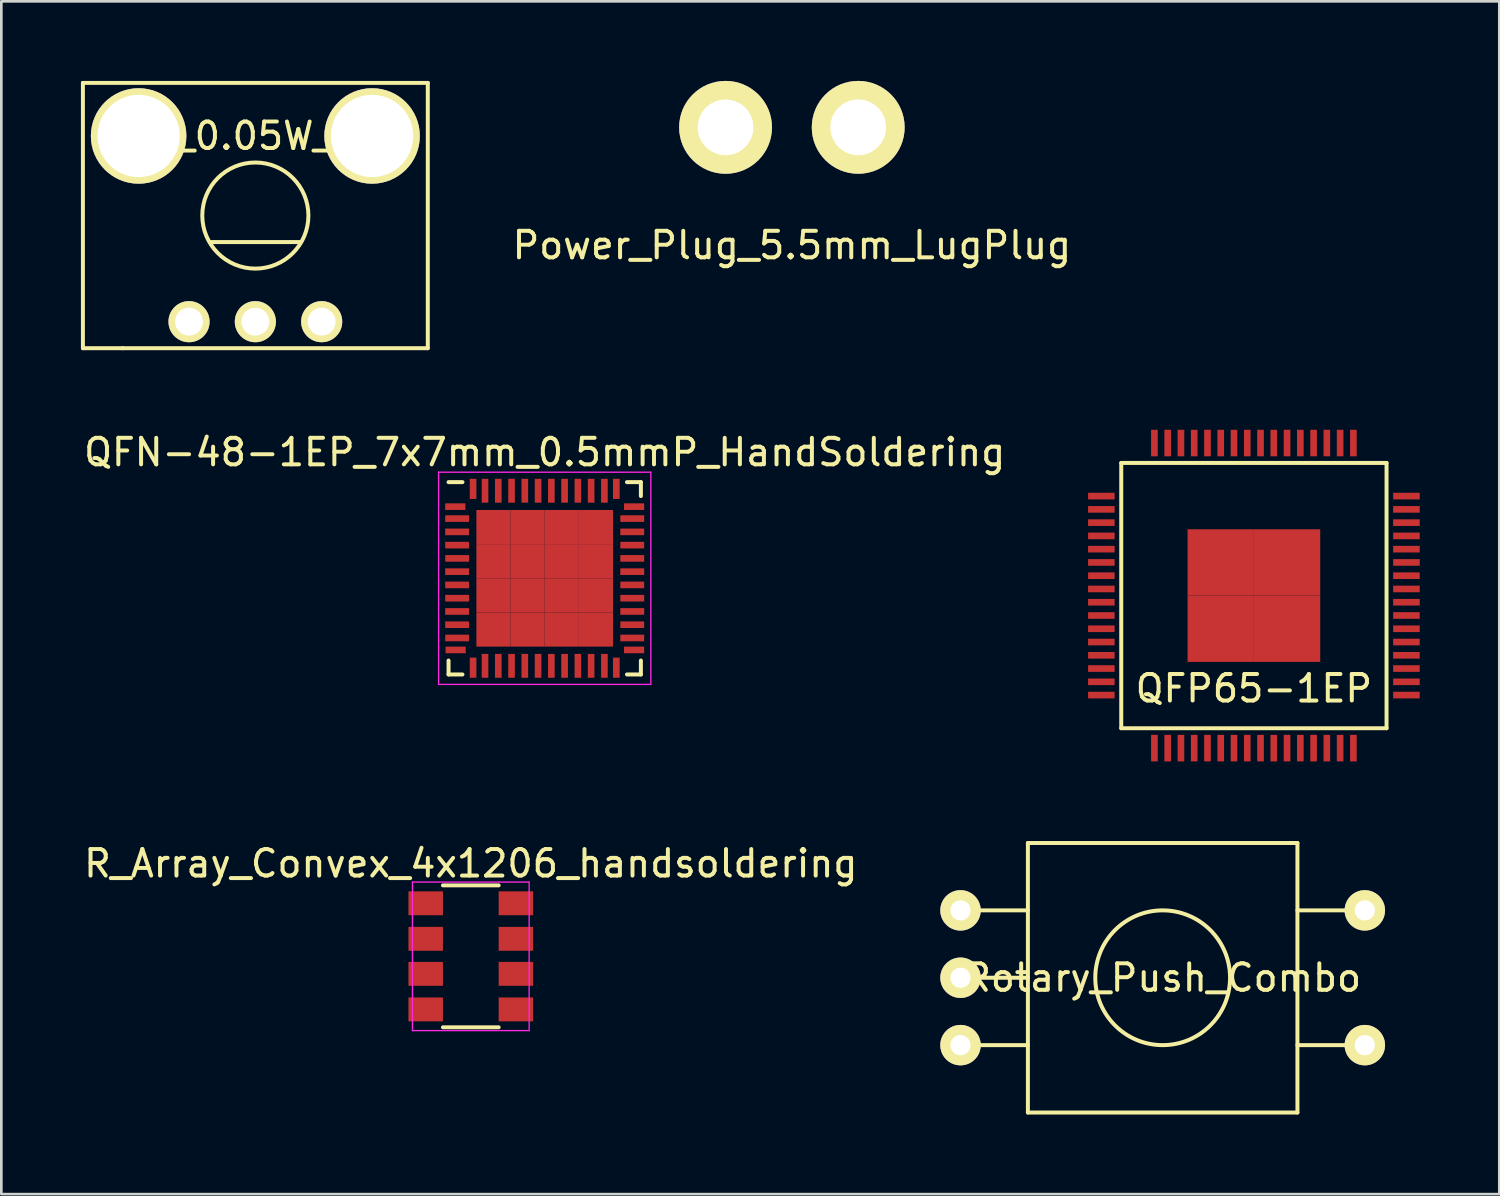
<source format=kicad_pcb>
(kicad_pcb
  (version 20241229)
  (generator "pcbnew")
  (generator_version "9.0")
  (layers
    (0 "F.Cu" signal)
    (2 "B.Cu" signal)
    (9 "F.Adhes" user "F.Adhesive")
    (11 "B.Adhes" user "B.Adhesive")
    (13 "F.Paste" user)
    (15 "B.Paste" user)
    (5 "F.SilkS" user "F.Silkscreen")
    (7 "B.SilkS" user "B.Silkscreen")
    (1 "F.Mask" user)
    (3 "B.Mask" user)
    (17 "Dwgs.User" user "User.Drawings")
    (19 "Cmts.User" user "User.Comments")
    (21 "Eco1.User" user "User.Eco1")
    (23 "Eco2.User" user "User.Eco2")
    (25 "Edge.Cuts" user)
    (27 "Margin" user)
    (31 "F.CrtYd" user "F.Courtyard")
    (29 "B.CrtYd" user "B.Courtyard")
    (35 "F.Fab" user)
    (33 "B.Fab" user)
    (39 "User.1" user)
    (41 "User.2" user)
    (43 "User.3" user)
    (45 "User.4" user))
  (footprint "Power_Plug_5.5mm_LugPlug"
    (layer "F.Cu")
    (at 26.799 1.75)
    (property "Reference" "Power_Plug_5.5mm_LugPlug" (at 0 4.445 0) (layer "F.SilkS") (effects (font (size 1 1) (thickness 0.15))))
    (attr through_hole)
    (pad "1" thru_hole circle (at 2.5 0) (size 3.5 3.5) (drill 2.1) (layers "*.Cu" "*.Mask" "F.SilkS"))
    (pad "2" thru_hole circle (at -2.5 0) (size 3.5 3.5) (drill 2.1) (layers "*.Cu" "*.Mask" "F.SilkS")))
  (footprint "Rotary_Push_Combo"
    (layer "F.Cu")
    (at 40.775 33.805)
    (property "Reference" "Rotary_Push_Combo" (at 0 0 0) (layer "F.SilkS") (effects (font (size 1 1) (thickness 0.15))))
    (attr through_hole)
    (fp_line (start -7.62 -2.54) (end -5.08 -2.54) (stroke (width 0.15) (type solid)) (layer "F.SilkS"))
    (fp_line (start -7.62 0) (end -5.08 0) (stroke (width 0.15) (type solid)) (layer "F.SilkS"))
    (fp_line (start -7.62 2.54) (end -5.08 2.54) (stroke (width 0.15) (type solid)) (layer "F.SilkS"))
    (fp_line (start -5.08 -5.08) (end -5.08 5.08) (stroke (width 0.15) (type solid)) (layer "F.SilkS"))
    (fp_line (start -5.08 5.08) (end 5.08 5.08) (stroke (width 0.15) (type solid)) (layer "F.SilkS"))
    (fp_line (start 5.08 -5.08) (end -5.08 -5.08) (stroke (width 0.15) (type solid)) (layer "F.SilkS"))
    (fp_line (start 5.08 5.08) (end 5.08 -5.08) (stroke (width 0.15) (type solid)) (layer "F.SilkS"))
    (fp_line (start 7.62 -2.54) (end 5.08 -2.54) (stroke (width 0.15) (type solid)) (layer "F.SilkS"))
    (fp_line (start 7.62 2.54) (end 5.08 2.54) (stroke (width 0.15) (type solid)) (layer "F.SilkS"))
    (fp_circle (center 0 0) (end 0 -2.54) (stroke (width 0.15) (type solid)) (fill no) (layer "F.SilkS"))
    (pad "1" thru_hole circle (at -7.62 -2.54) (size 1.524 1.524) (drill 0.762) (layers "*.Cu" "*.Mask" "F.SilkS"))
    (pad "2" thru_hole circle (at -7.62 0) (size 1.524 1.524) (drill 0.762) (layers "*.Cu" "*.Mask" "F.SilkS"))
    (pad "3" thru_hole circle (at -7.62 2.54) (size 1.524 1.524) (drill 0.762) (layers "*.Cu" "*.Mask" "F.SilkS"))
    (pad "4" thru_hole circle (at 7.62 -2.54) (size 1.524 1.524) (drill 0.762) (layers "*.Cu" "*.Mask" "F.SilkS"))
    (pad "5" thru_hole circle (at 7.62 2.54) (size 1.524 1.524) (drill 0.762) (layers "*.Cu" "*.Mask" "F.SilkS")))
  (footprint "Pot_0.05W_Top"
    (layer "F.Cu")
    (at 6.575 5.075)
    (property "Reference" "Pot_0.05W_Top" (at 0 -3 0) (layer "F.SilkS") (effects (font (size 1 1) (thickness 0.15))))
    (attr through_hole)
    (fp_line (start -6.5 -5) (end 6.5 -5) (stroke (width 0.15) (type solid)) (layer "F.SilkS"))
    (fp_line (start -6.5 5) (end -6.5 -5) (stroke (width 0.15) (type solid)) (layer "F.SilkS"))
    (fp_line (start -5 5) (end -6.5 5) (stroke (width 0.15) (type solid)) (layer "F.SilkS"))
    (fp_line (start -1.7 1) (end 1.7 1) (stroke (width 0.15) (type solid)) (layer "F.SilkS"))
    (fp_line (start 6.5 -5) (end 6.5 5) (stroke (width 0.15) (type solid)) (layer "F.SilkS"))
    (fp_line (start 6.5 5) (end -5 5) (stroke (width 0.15) (type solid)) (layer "F.SilkS"))
    (fp_circle (center 0 0) (end 0 -2) (stroke (width 0.15) (type solid)) (fill no) (layer "F.SilkS"))
    (pad "1" thru_hole circle (at -2.5 4) (size 1.55 1.55) (drill 1.05) (layers "*.Cu" "*.Mask" "F.SilkS"))
    (pad "2" thru_hole circle (at 0 4) (size 1.55 1.55) (drill 1.05) (layers "*.Cu" "*.Mask" "F.SilkS"))
    (pad "3" thru_hole circle (at 2.5 4) (size 1.55 1.55) (drill 1.05) (layers "*.Cu" "*.Mask" "F.SilkS"))
    (pad "4" thru_hole circle (at -4.4 -3) (size 3.6 3.6) (drill 3.1) (layers "*.Cu" "*.Mask" "F.SilkS"))
    (pad "4" thru_hole circle (at 4.4 -3) (size 3.6 3.6) (drill 3.1) (layers "*.Cu" "*.Mask" "F.SilkS")))
  (footprint "R_Array_Convex_4x1206_handsoldering"
    (layer "F.Cu")
    (at 14.696 32.998)
    (property "Reference" "R_Array_Convex_4x1206_handsoldering" (at 0 -3.5 0) (layer "F.SilkS") (effects (font (size 1 1) (thickness 0.15))))
    (attr smd)
    (fp_line (start 1.05 -2.675) (end -1.05 -2.675) (stroke (width 0.15) (type solid)) (layer "F.SilkS"))
    (fp_line (start 1.05 2.675) (end -1.05 2.675) (stroke (width 0.15) (type solid)) (layer "F.SilkS"))
    (fp_line (start -2.2 -2.8) (end -2.2 2.8) (stroke (width 0.05) (type solid)) (layer "F.CrtYd"))
    (fp_line (start -2.2 -2.8) (end 2.2 -2.8) (stroke (width 0.05) (type solid)) (layer "F.CrtYd"))
    (fp_line (start -2.2 2.8) (end 2.2 2.8) (stroke (width 0.05) (type solid)) (layer "F.CrtYd"))
    (fp_line (start 2.2 -2.8) (end 2.2 2.8) (stroke (width 0.05) (type solid)) (layer "F.CrtYd"))
    (pad "1" smd rect (at -1.7 -2) (size 1.3 0.9) (layers "F.Cu" "F.Mask" "F.Paste"))
    (pad "2" smd rect (at -1.7 -0.66) (size 1.3 0.9) (layers "F.Cu" "F.Mask" "F.Paste"))
    (pad "3" smd rect (at -1.7 0.66) (size 1.3 0.9) (layers "F.Cu" "F.Mask" "F.Paste"))
    (pad "4" smd rect (at -1.7 2) (size 1.3 0.9) (layers "F.Cu" "F.Mask" "F.Paste"))
    (pad "5" smd rect (at 1.7 2) (size 1.3 0.9) (layers "F.Cu" "F.Mask" "F.Paste"))
    (pad "6" smd rect (at 1.7 0.66) (size 1.3 0.9) (layers "F.Cu" "F.Mask" "F.Paste"))
    (pad "7" smd rect (at 1.7 -0.66) (size 1.3 0.9) (layers "F.Cu" "F.Mask" "F.Paste"))
    (pad "8" smd rect (at 1.7 -2) (size 1.3 0.9) (layers "F.Cu" "F.Mask" "F.Paste")))
  (footprint "QFP65-1EP"
    (layer "F.Cu")
    (at 44.214 19.4)
    (property "Reference" "QFP65-1EP" (at 0 3.5 0) (layer "F.SilkS") (effects (font (size 1 1) (thickness 0.15))))
    (attr through_hole)
    (fp_line (start -5 -5) (end 5 -5) (stroke (width 0.15) (type solid)) (layer "F.SilkS"))
    (fp_line (start -5 5) (end -5 -5) (stroke (width 0.15) (type solid)) (layer "F.SilkS"))
    (fp_line (start 5 -5) (end 5 5) (stroke (width 0.15) (type solid)) (layer "F.SilkS"))
    (fp_line (start 5 5) (end -5 5) (stroke (width 0.15) (type solid)) (layer "F.SilkS"))
    (pad "1" smd rect (at -5.75 -3.75) (size 1 0.25) (layers "F.Cu" "F.Mask" "F.Paste"))
    (pad "2" smd rect (at -5.75 -3.25) (size 1 0.25) (layers "F.Cu" "F.Mask" "F.Paste"))
    (pad "3" smd rect (at -5.75 -2.75) (size 1 0.25) (layers "F.Cu" "F.Mask" "F.Paste"))
    (pad "4" smd rect (at -5.75 -2.25) (size 1 0.25) (layers "F.Cu" "F.Mask" "F.Paste"))
    (pad "5" smd rect (at -5.75 -1.75) (size 1 0.25) (layers "F.Cu" "F.Mask" "F.Paste"))
    (pad "6" smd rect (at -5.75 -1.25) (size 1 0.25) (layers "F.Cu" "F.Mask" "F.Paste"))
    (pad "7" smd rect (at -5.75 -0.75) (size 1 0.25) (layers "F.Cu" "F.Mask" "F.Paste"))
    (pad "8" smd rect (at -5.75 -0.25) (size 1 0.25) (layers "F.Cu" "F.Mask" "F.Paste"))
    (pad "9" smd rect (at -5.75 0.25) (size 1 0.25) (layers "F.Cu" "F.Mask" "F.Paste"))
    (pad "10" smd rect (at -5.75 0.75) (size 1 0.25) (layers "F.Cu" "F.Mask" "F.Paste"))
    (pad "11" smd rect (at -5.75 1.25) (size 1 0.25) (layers "F.Cu" "F.Mask" "F.Paste"))
    (pad "12" smd rect (at -5.75 1.75) (size 1 0.25) (layers "F.Cu" "F.Mask" "F.Paste"))
    (pad "13" smd rect (at -5.75 2.25) (size 1 0.25) (layers "F.Cu" "F.Mask" "F.Paste"))
    (pad "14" smd rect (at -5.75 2.75) (size 1 0.25) (layers "F.Cu" "F.Mask" "F.Paste"))
    (pad "15" smd rect (at -5.75 3.25) (size 1 0.25) (layers "F.Cu" "F.Mask" "F.Paste"))
    (pad "16" smd rect (at -5.75 3.75) (size 1 0.25) (layers "F.Cu" "F.Mask" "F.Paste"))
    (pad "17" smd rect (at -3.75 5.75) (size 0.25 1) (layers "F.Cu" "F.Mask" "F.Paste"))
    (pad "18" smd rect (at -3.25 5.75) (size 0.25 1) (layers "F.Cu" "F.Mask" "F.Paste"))
    (pad "19" smd rect (at -2.75 5.75) (size 0.25 1) (layers "F.Cu" "F.Mask" "F.Paste"))
    (pad "20" smd rect (at -2.25 5.75) (size 0.25 1) (layers "F.Cu" "F.Mask" "F.Paste"))
    (pad "21" smd rect (at -1.75 5.75) (size 0.25 1) (layers "F.Cu" "F.Mask" "F.Paste"))
    (pad "22" smd rect (at -1.25 5.75) (size 0.25 1) (layers "F.Cu" "F.Mask" "F.Paste"))
    (pad "23" smd rect (at -0.75 5.75) (size 0.25 1) (layers "F.Cu" "F.Mask" "F.Paste"))
    (pad "24" smd rect (at -0.25 5.75) (size 0.25 1) (layers "F.Cu" "F.Mask" "F.Paste"))
    (pad "25" smd rect (at 0.25 5.75) (size 0.25 1) (layers "F.Cu" "F.Mask" "F.Paste"))
    (pad "26" smd rect (at 0.75 5.75) (size 0.25 1) (layers "F.Cu" "F.Mask" "F.Paste"))
    (pad "27" smd rect (at 1.25 5.75) (size 0.25 1) (layers "F.Cu" "F.Mask" "F.Paste"))
    (pad "28" smd rect (at 1.75 5.75) (size 0.25 1) (layers "F.Cu" "F.Mask" "F.Paste"))
    (pad "29" smd rect (at 2.25 5.75) (size 0.25 1) (layers "F.Cu" "F.Mask" "F.Paste"))
    (pad "30" smd rect (at 2.75 5.75) (size 0.25 1) (layers "F.Cu" "F.Mask" "F.Paste"))
    (pad "31" smd rect (at 3.25 5.75) (size 0.25 1) (layers "F.Cu" "F.Mask" "F.Paste"))
    (pad "32" smd rect (at 3.75 5.75) (size 0.25 1) (layers "F.Cu" "F.Mask" "F.Paste"))
    (pad "33" smd rect (at 5.75 3.75) (size 1 0.25) (layers "F.Cu" "F.Mask" "F.Paste"))
    (pad "34" smd rect (at 5.75 3.25) (size 1 0.25) (layers "F.Cu" "F.Mask" "F.Paste"))
    (pad "35" smd rect (at 5.75 2.75) (size 1 0.25) (layers "F.Cu" "F.Mask" "F.Paste"))
    (pad "36" smd rect (at 5.75 2.25) (size 1 0.25) (layers "F.Cu" "F.Mask" "F.Paste"))
    (pad "37" smd rect (at 5.75 1.75) (size 1 0.25) (layers "F.Cu" "F.Mask" "F.Paste"))
    (pad "38" smd rect (at 5.75 1.25) (size 1 0.25) (layers "F.Cu" "F.Mask" "F.Paste"))
    (pad "39" smd rect (at 5.75 0.75) (size 1 0.25) (layers "F.Cu" "F.Mask" "F.Paste"))
    (pad "40" smd rect (at 5.75 0.25) (size 1 0.25) (layers "F.Cu" "F.Mask" "F.Paste"))
    (pad "41" smd rect (at 5.75 -0.25) (size 1 0.25) (layers "F.Cu" "F.Mask" "F.Paste"))
    (pad "42" smd rect (at 5.75 -0.75) (size 1 0.25) (layers "F.Cu" "F.Mask" "F.Paste"))
    (pad "43" smd rect (at 5.75 -1.25) (size 1 0.25) (layers "F.Cu" "F.Mask" "F.Paste"))
    (pad "44" smd rect (at 5.75 -1.75) (size 1 0.25) (layers "F.Cu" "F.Mask" "F.Paste"))
    (pad "45" smd rect (at 5.75 -2.25) (size 1 0.25) (layers "F.Cu" "F.Mask" "F.Paste"))
    (pad "46" smd rect (at 5.75 -2.75) (size 1 0.25) (layers "F.Cu" "F.Mask" "F.Paste"))
    (pad "47" smd rect (at 5.75 -3.25) (size 1 0.25) (layers "F.Cu" "F.Mask" "F.Paste"))
    (pad "48" smd rect (at 5.75 -3.75) (size 1 0.25) (layers "F.Cu" "F.Mask" "F.Paste"))
    (pad "49" smd rect (at 3.75 -5.75) (size 0.25 1) (layers "F.Cu" "F.Mask" "F.Paste"))
    (pad "50" smd rect (at 3.25 -5.75) (size 0.25 1) (layers "F.Cu" "F.Mask" "F.Paste"))
    (pad "51" smd rect (at 2.75 -5.75) (size 0.25 1) (layers "F.Cu" "F.Mask" "F.Paste"))
    (pad "52" smd rect (at 2.25 -5.75) (size 0.25 1) (layers "F.Cu" "F.Mask" "F.Paste"))
    (pad "53" smd rect (at 1.75 -5.75) (size 0.25 1) (layers "F.Cu" "F.Mask" "F.Paste"))
    (pad "54" smd rect (at 1.25 -5.75) (size 0.25 1) (layers "F.Cu" "F.Mask" "F.Paste"))
    (pad "55" smd rect (at 0.75 -5.75) (size 0.25 1) (layers "F.Cu" "F.Mask" "F.Paste"))
    (pad "56" smd rect (at 0.25 -5.75) (size 0.25 1) (layers "F.Cu" "F.Mask" "F.Paste"))
    (pad "57" smd rect (at -0.25 -5.75) (size 0.25 1) (layers "F.Cu" "F.Mask" "F.Paste"))
    (pad "58" smd rect (at -0.75 -5.75) (size 0.25 1) (layers "F.Cu" "F.Mask" "F.Paste"))
    (pad "59" smd rect (at -1.25 -5.75) (size 0.25 1) (layers "F.Cu" "F.Mask" "F.Paste"))
    (pad "60" smd rect (at -1.75 -5.75) (size 0.25 1) (layers "F.Cu" "F.Mask" "F.Paste"))
    (pad "61" smd rect (at -2.25 -5.75) (size 0.25 1) (layers "F.Cu" "F.Mask" "F.Paste"))
    (pad "62" smd rect (at -2.75 -5.75) (size 0.25 1) (layers "F.Cu" "F.Mask" "F.Paste"))
    (pad "63" smd rect (at -3.25 -5.75) (size 0.25 1) (layers "F.Cu" "F.Mask" "F.Paste"))
    (pad "64" smd rect (at -3.75 -5.75) (size 0.25 1) (layers "F.Cu" "F.Mask" "F.Paste"))
    (pad "65" smd rect (at -1.25 -1.25) (size 2.5 2.5) (layers "F.Cu" "F.Mask" "F.Paste"))
    (pad "65" smd rect (at -1.25 1.25) (size 2.5 2.5) (layers "F.Cu" "F.Mask" "F.Paste"))
    (pad "65" smd rect (at 1.25 -1.25) (size 2.5 2.5) (layers "F.Cu" "F.Mask" "F.Paste"))
    (pad "65" smd rect (at 1.25 1.25) (size 2.5 2.5) (layers "F.Cu" "F.Mask" "F.Paste")))
  (footprint "QFN-48-1EP_7x7mm_0.5mmP_HandSoldering"
    (layer "F.Cu")
    (at 17.482 18.748)
    (property "Reference" "QFN-48-1EP_7x7mm_0.5mmP_HandSoldering" (at 0 -4.75 0) (layer "F.SilkS") (effects (font (size 1 1) (thickness 0.15))))
    (attr smd)
    (fp_line (start -3.625 -3.625) (end -3.1 -3.625) (stroke (width 0.15) (type solid)) (layer "F.SilkS"))
    (fp_line (start -3.625 3.625) (end -3.625 3.1) (stroke (width 0.15) (type solid)) (layer "F.SilkS"))
    (fp_line (start -3.625 3.625) (end -3.1 3.625) (stroke (width 0.15) (type solid)) (layer "F.SilkS"))
    (fp_line (start 3.625 -3.625) (end 3.1 -3.625) (stroke (width 0.15) (type solid)) (layer "F.SilkS"))
    (fp_line (start 3.625 -3.625) (end 3.625 -3.1) (stroke (width 0.15) (type solid)) (layer "F.SilkS"))
    (fp_line (start 3.625 3.625) (end 3.1 3.625) (stroke (width 0.15) (type solid)) (layer "F.SilkS"))
    (fp_line (start 3.625 3.625) (end 3.625 3.1) (stroke (width 0.15) (type solid)) (layer "F.SilkS"))
    (fp_line (start -4 -4) (end -4 4) (stroke (width 0.05) (type solid)) (layer "F.CrtYd"))
    (fp_line (start -4 -4) (end 4 -4) (stroke (width 0.05) (type solid)) (layer "F.CrtYd"))
    (fp_line (start -4 4) (end 4 4) (stroke (width 0.05) (type solid)) (layer "F.CrtYd"))
    (fp_line (start 4 -4) (end 4 4) (stroke (width 0.05) (type solid)) (layer "F.CrtYd"))
    (pad "1" smd rect (at -3.37 -2.7) (size 0.76 0.25) (layers "F.Cu" "F.Mask" "F.Paste"))
    (pad "2" smd rect (at -3.3 -2.25) (size 0.9 0.25) (layers "F.Cu" "F.Mask" "F.Paste"))
    (pad "3" smd rect (at -3.3 -1.75) (size 0.9 0.25) (layers "F.Cu" "F.Mask" "F.Paste"))
    (pad "4" smd rect (at -3.3 -1.25) (size 0.9 0.25) (layers "F.Cu" "F.Mask" "F.Paste"))
    (pad "5" smd rect (at -3.3 -0.75) (size 0.9 0.25) (layers "F.Cu" "F.Mask" "F.Paste"))
    (pad "6" smd rect (at -3.3 -0.25) (size 0.9 0.25) (layers "F.Cu" "F.Mask" "F.Paste"))
    (pad "7" smd rect (at -3.3 0.25) (size 0.9 0.25) (layers "F.Cu" "F.Mask" "F.Paste"))
    (pad "8" smd rect (at -3.3 0.75) (size 0.9 0.25) (layers "F.Cu" "F.Mask" "F.Paste"))
    (pad "9" smd rect (at -3.3 1.25) (size 0.9 0.25) (layers "F.Cu" "F.Mask" "F.Paste"))
    (pad "10" smd rect (at -3.3 1.75) (size 0.9 0.25) (layers "F.Cu" "F.Mask" "F.Paste"))
    (pad "11" smd rect (at -3.3 2.25) (size 0.9 0.25) (layers "F.Cu" "F.Mask" "F.Paste"))
    (pad "12" smd rect (at -3.357 2.7) (size 0.76 0.25) (layers "F.Cu" "F.Mask" "F.Paste"))
    (pad "13" smd rect (at -2.7 3.37 90) (size 0.76 0.25) (layers "F.Cu" "F.Mask" "F.Paste"))
    (pad "14" smd rect (at -2.25 3.3 90) (size 0.9 0.25) (layers "F.Cu" "F.Mask" "F.Paste"))
    (pad "15" smd rect (at -1.75 3.3 90) (size 0.9 0.25) (layers "F.Cu" "F.Mask" "F.Paste"))
    (pad "16" smd rect (at -1.25 3.3 90) (size 0.9 0.25) (layers "F.Cu" "F.Mask" "F.Paste"))
    (pad "17" smd rect (at -0.75 3.3 90) (size 0.9 0.25) (layers "F.Cu" "F.Mask" "F.Paste"))
    (pad "18" smd rect (at -0.25 3.3 90) (size 0.9 0.25) (layers "F.Cu" "F.Mask" "F.Paste"))
    (pad "19" smd rect (at 0.25 3.3 90) (size 0.9 0.25) (layers "F.Cu" "F.Mask" "F.Paste"))
    (pad "20" smd rect (at 0.75 3.3 90) (size 0.9 0.25) (layers "F.Cu" "F.Mask" "F.Paste"))
    (pad "21" smd rect (at 1.25 3.3 90) (size 0.9 0.25) (layers "F.Cu" "F.Mask" "F.Paste"))
    (pad "22" smd rect (at 1.75 3.3 90) (size 0.9 0.25) (layers "F.Cu" "F.Mask" "F.Paste"))
    (pad "23" smd rect (at 2.25 3.3 90) (size 0.9 0.25) (layers "F.Cu" "F.Mask" "F.Paste"))
    (pad "24" smd rect (at 2.7 3.37 90) (size 0.76 0.25) (layers "F.Cu" "F.Mask" "F.Paste"))
    (pad "25" smd rect (at 3.37 2.7) (size 0.76 0.25) (layers "F.Cu" "F.Mask" "F.Paste"))
    (pad "26" smd rect (at 3.3 2.25) (size 0.9 0.25) (layers "F.Cu" "F.Mask" "F.Paste"))
    (pad "27" smd rect (at 3.3 1.75) (size 0.9 0.25) (layers "F.Cu" "F.Mask" "F.Paste"))
    (pad "28" smd rect (at 3.3 1.25) (size 0.9 0.25) (layers "F.Cu" "F.Mask" "F.Paste"))
    (pad "29" smd rect (at 3.3 0.75) (size 0.9 0.25) (layers "F.Cu" "F.Mask" "F.Paste"))
    (pad "30" smd rect (at 3.3 0.25) (size 0.9 0.25) (layers "F.Cu" "F.Mask" "F.Paste"))
    (pad "31" smd rect (at 3.3 -0.25) (size 0.9 0.25) (layers "F.Cu" "F.Mask" "F.Paste"))
    (pad "32" smd rect (at 3.3 -0.75) (size 0.9 0.25) (layers "F.Cu" "F.Mask" "F.Paste"))
    (pad "33" smd rect (at 3.3 -1.25) (size 0.9 0.25) (layers "F.Cu" "F.Mask" "F.Paste"))
    (pad "34" smd rect (at 3.3 -1.75) (size 0.9 0.25) (layers "F.Cu" "F.Mask" "F.Paste"))
    (pad "35" smd rect (at 3.3 -2.25) (size 0.9 0.25) (layers "F.Cu" "F.Mask" "F.Paste"))
    (pad "36" smd rect (at 3.37 -2.7) (size 0.76 0.25) (layers "F.Cu" "F.Mask" "F.Paste"))
    (pad "37" smd rect (at 2.7 -3.37 90) (size 0.76 0.25) (layers "F.Cu" "F.Mask" "F.Paste"))
    (pad "38" smd rect (at 2.25 -3.3 90) (size 0.9 0.25) (layers "F.Cu" "F.Mask" "F.Paste"))
    (pad "39" smd rect (at 1.75 -3.3 90) (size 0.9 0.25) (layers "F.Cu" "F.Mask" "F.Paste"))
    (pad "40" smd rect (at 1.25 -3.3 90) (size 0.9 0.25) (layers "F.Cu" "F.Mask" "F.Paste"))
    (pad "41" smd rect (at 0.75 -3.3 90) (size 0.9 0.25) (layers "F.Cu" "F.Mask" "F.Paste"))
    (pad "42" smd rect (at 0.25 -3.3 90) (size 0.9 0.25) (layers "F.Cu" "F.Mask" "F.Paste"))
    (pad "43" smd rect (at -0.25 -3.3 90) (size 0.9 0.25) (layers "F.Cu" "F.Mask" "F.Paste"))
    (pad "44" smd rect (at -0.75 -3.3 90) (size 0.9 0.25) (layers "F.Cu" "F.Mask" "F.Paste"))
    (pad "45" smd rect (at -1.25 -3.3 90) (size 0.9 0.25) (layers "F.Cu" "F.Mask" "F.Paste"))
    (pad "46" smd rect (at -1.75 -3.3 90) (size 0.9 0.25) (layers "F.Cu" "F.Mask" "F.Paste"))
    (pad "47" smd rect (at -2.25 -3.3 90) (size 0.9 0.25) (layers "F.Cu" "F.Mask" "F.Paste"))
    (pad "48" smd rect (at -2.7 -3.37 90) (size 0.76 0.25) (layers "F.Cu" "F.Mask" "F.Paste"))
    (pad "49" smd rect (at -1.931 -1.931) (size 1.288 1.288) (layers "F.Cu" "F.Mask" "F.Paste"))
    (pad "49" smd rect (at -1.931 -0.644) (size 1.288 1.288) (layers "F.Cu" "F.Mask" "F.Paste"))
    (pad "49" smd rect (at -1.931 0.644) (size 1.288 1.288) (layers "F.Cu" "F.Mask" "F.Paste"))
    (pad "49" smd rect (at -1.931 1.931) (size 1.288 1.288) (layers "F.Cu" "F.Mask" "F.Paste"))
    (pad "49" smd rect (at -0.644 -1.931) (size 1.288 1.288) (layers "F.Cu" "F.Mask" "F.Paste"))
    (pad "49" smd rect (at -0.644 -0.644) (size 1.288 1.288) (layers "F.Cu" "F.Mask" "F.Paste"))
    (pad "49" smd rect (at -0.644 0.644) (size 1.288 1.288) (layers "F.Cu" "F.Mask" "F.Paste"))
    (pad "49" smd rect (at -0.644 1.931) (size 1.288 1.288) (layers "F.Cu" "F.Mask" "F.Paste"))
    (pad "49" smd rect (at 0.644 -1.931) (size 1.288 1.288) (layers "F.Cu" "F.Mask" "F.Paste"))
    (pad "49" smd rect (at 0.644 -0.644) (size 1.288 1.288) (layers "F.Cu" "F.Mask" "F.Paste"))
    (pad "49" smd rect (at 0.644 0.644) (size 1.288 1.288) (layers "F.Cu" "F.Mask" "F.Paste"))
    (pad "49" smd rect (at 0.644 1.931) (size 1.288 1.288) (layers "F.Cu" "F.Mask" "F.Paste"))
    (pad "49" smd rect (at 1.931 -1.931) (size 1.288 1.288) (layers "F.Cu" "F.Mask" "F.Paste"))
    (pad "49" smd rect (at 1.931 -0.644) (size 1.288 1.288) (layers "F.Cu" "F.Mask" "F.Paste"))
    (pad "49" smd rect (at 1.931 0.644) (size 1.288 1.288) (layers "F.Cu" "F.Mask" "F.Paste"))
    (pad "49" smd rect (at 1.931 1.931) (size 1.288 1.288) (layers "F.Cu" "F.Mask" "F.Paste")))
  (gr_rect
    (start -3 -3)
    (end 53.464 41.96)
    (stroke (width 0.1) (type default))
    (fill no)
    (layer "Edge.Cuts")))
</source>
